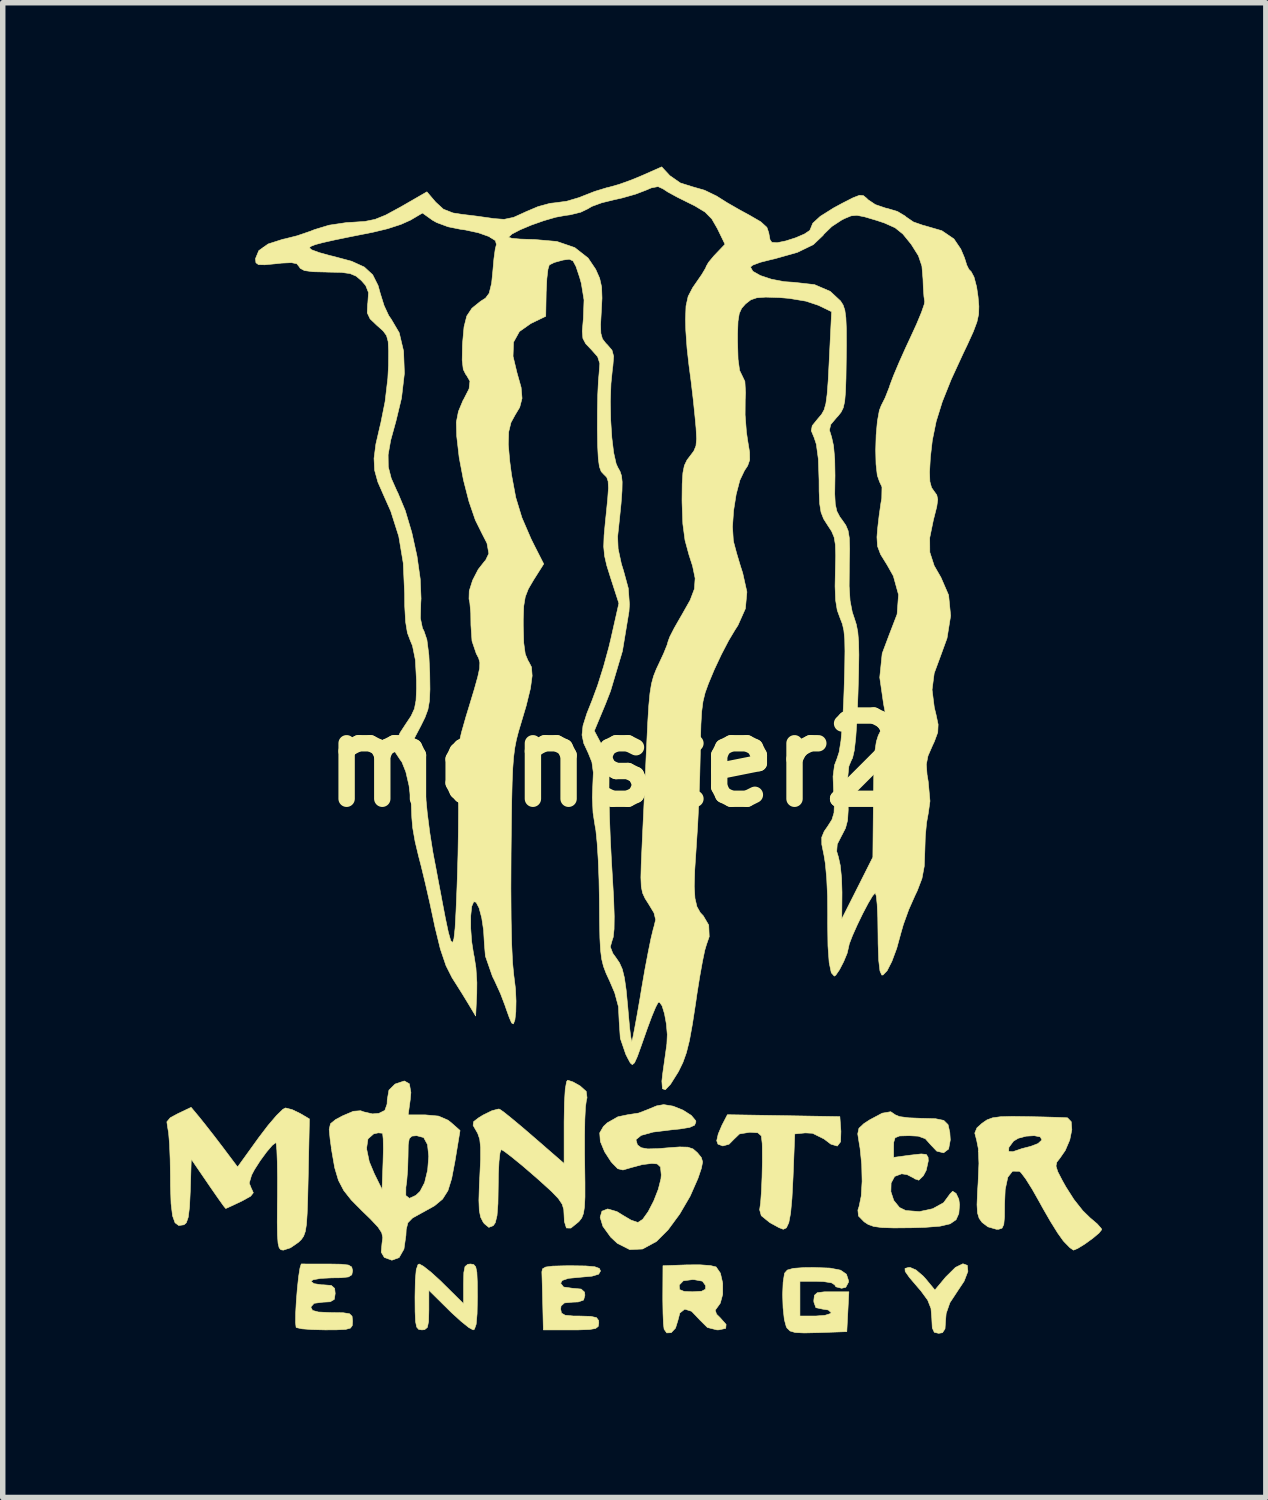
<source format=kicad_pcb>
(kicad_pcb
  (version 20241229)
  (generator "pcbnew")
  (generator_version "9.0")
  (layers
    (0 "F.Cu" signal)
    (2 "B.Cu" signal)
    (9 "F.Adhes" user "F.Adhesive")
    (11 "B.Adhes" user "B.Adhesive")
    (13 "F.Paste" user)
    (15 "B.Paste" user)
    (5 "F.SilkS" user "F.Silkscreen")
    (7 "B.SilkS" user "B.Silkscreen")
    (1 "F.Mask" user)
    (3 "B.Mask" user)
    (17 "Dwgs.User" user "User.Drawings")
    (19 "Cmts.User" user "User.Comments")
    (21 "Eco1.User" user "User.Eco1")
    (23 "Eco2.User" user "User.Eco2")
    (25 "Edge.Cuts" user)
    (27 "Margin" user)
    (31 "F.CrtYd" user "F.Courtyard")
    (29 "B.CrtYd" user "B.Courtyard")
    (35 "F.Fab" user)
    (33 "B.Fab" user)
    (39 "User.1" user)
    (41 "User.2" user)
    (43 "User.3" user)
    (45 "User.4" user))
  (footprint "monster2"
    (layer "F.Cu")
    (at 8.231 10.885)
    (property "Reference" "monster2" (at 0 0 0) (layer "F.SilkS") (effects (font (size 1.524 1.524) (thickness 0.3))))
    (attr through_hole)
    (fp_poly (pts (xy 6.429 9.232) (xy 6.44 9.343) (xy 6.371 9.522) (xy 6.26 9.689) (xy 6.11 9.917) (xy 6.042 10.113) (xy 6.032 10.233) (xy 6.021 10.395) (xy 5.975 10.465) (xy 5.905 10.477) (xy 5.825 10.458) (xy 5.788 10.378) (xy 5.779 10.205) (xy 5.779 10.201) (xy 5.764 10.02) (xy 5.704 9.869) (xy 5.578 9.697) (xy 5.524 9.635) (xy 5.368 9.452) (xy 5.292 9.343) (xy 5.288 9.289) (xy 5.351 9.271) (xy 5.382 9.27) (xy 5.489 9.316) (xy 5.623 9.431) (xy 5.665 9.477) (xy 5.836 9.684) (xy 6.034 9.446) (xy 6.213 9.269) (xy 6.349 9.203) (xy 6.429 9.232)) (stroke (width 0.01) (type solid)) (fill yes) (layer "F.SilkS"))
    (fp_poly (pts (xy -2.608 9.217) (xy -2.571 9.26) (xy -2.55 9.36) (xy -2.542 9.542) (xy -2.54 9.811) (xy -2.546 10.118) (xy -2.563 10.311) (xy -2.595 10.402) (xy -2.618 10.414) (xy -2.696 10.372) (xy -2.836 10.26) (xy -3.012 10.1) (xy -3.062 10.051) (xy -3.429 9.688) (xy -3.429 10.051) (xy -3.434 10.258) (xy -3.456 10.367) (xy -3.506 10.409) (xy -3.556 10.414) (xy -3.615 10.405) (xy -3.652 10.362) (xy -3.673 10.261) (xy -3.681 10.08) (xy -3.683 9.811) (xy -3.677 9.504) (xy -3.66 9.311) (xy -3.628 9.219) (xy -3.605 9.207) (xy -3.527 9.25) (xy -3.387 9.361) (xy -3.211 9.521) (xy -3.161 9.571) (xy -2.794 9.934) (xy -2.794 9.571) (xy -2.789 9.364) (xy -2.767 9.254) (xy -2.717 9.213) (xy -2.667 9.207) (xy -2.608 9.217)) (stroke (width 0.01) (type solid)) (fill yes) (layer "F.SilkS"))
    (fp_poly (pts (xy 3.066 6.491) (xy 4.096 6.509) (xy 4.115 6.779) (xy 4.109 6.97) (xy 4.049 7.048) (xy 3.931 7.013) (xy 3.806 6.918) (xy 3.596 6.814) (xy 3.463 6.807) (xy 3.27 6.826) (xy 3.239 7.62) (xy 3.219 8.004) (xy 3.194 8.276) (xy 3.161 8.451) (xy 3.117 8.545) (xy 3.06 8.572) (xy 2.982 8.542) (xy 2.844 8.467) (xy 2.806 8.444) (xy 2.657 8.323) (xy 2.626 8.211) (xy 2.628 8.206) (xy 2.645 8.086) (xy 2.66 7.877) (xy 2.671 7.614) (xy 2.677 7.334) (xy 2.676 7.075) (xy 2.674 7.001) (xy 2.658 6.862) (xy 2.594 6.805) (xy 2.447 6.795) (xy 2.258 6.826) (xy 2.159 6.921) (xy 2.067 7.014) (xy 1.953 7.046) (xy 1.864 7.013) (xy 1.841 6.95) (xy 1.869 6.827) (xy 1.937 6.667) (xy 1.939 6.663) (xy 2.037 6.474) (xy 3.066 6.491)) (stroke (width 0.01) (type solid)) (fill yes) (layer "F.SilkS"))
    (fp_poly (pts (xy -0.556 9.243) (xy -0.39 9.258) (xy -0.308 9.288) (xy -0.286 9.335) (xy -0.321 9.394) (xy -0.441 9.43) (xy -0.651 9.449) (xy -0.873 9.47) (xy -0.988 9.509) (xy -1.016 9.56) (xy -0.963 9.629) (xy -0.798 9.652) (xy -0.794 9.652) (xy -0.641 9.666) (xy -0.579 9.722) (xy -0.572 9.779) (xy -0.596 9.867) (xy -0.693 9.902) (xy -0.794 9.906) (xy -0.947 9.92) (xy -1.009 9.976) (xy -1.016 10.033) (xy -1.001 10.106) (xy -0.935 10.145) (xy -0.789 10.159) (xy -0.667 10.16) (xy -0.465 10.166) (xy -0.36 10.189) (xy -0.321 10.242) (xy -0.318 10.287) (xy -0.328 10.35) (xy -0.377 10.388) (xy -0.49 10.407) (xy -0.692 10.414) (xy -0.826 10.414) (xy -1.333 10.414) (xy -1.344 9.938) (xy -1.35 9.69) (xy -1.356 9.483) (xy -1.36 9.357) (xy -1.36 9.35) (xy -1.348 9.296) (xy -1.291 9.263) (xy -1.164 9.246) (xy -0.943 9.24) (xy -0.826 9.239) (xy -0.556 9.243)) (stroke (width 0.01) (type solid)) (fill yes) (layer "F.SilkS"))
    (fp_poly (pts (xy 3.915 9.282) (xy 4.109 9.32) (xy 4.216 9.394) (xy 4.254 9.51) (xy 4.255 9.538) (xy 4.204 9.634) (xy 4.128 9.652) (xy 4.024 9.625) (xy 4 9.588) (xy 3.943 9.552) (xy 3.797 9.529) (xy 3.683 9.525) (xy 3.365 9.525) (xy 3.365 10.16) (xy 3.651 10.16) (xy 3.822 10.147) (xy 3.924 10.115) (xy 3.937 10.097) (xy 3.883 10.049) (xy 3.778 10.033) (xy 3.657 10.007) (xy 3.62 9.904) (xy 3.619 9.874) (xy 3.63 9.78) (xy 3.682 9.733) (xy 3.808 9.717) (xy 3.94 9.716) (xy 4.261 9.716) (xy 4.242 10.081) (xy 4.223 10.446) (xy 3.702 10.464) (xy 3.441 10.47) (xy 3.278 10.462) (xy 3.184 10.434) (xy 3.13 10.382) (xy 3.115 10.357) (xy 3.079 10.223) (xy 3.056 10.01) (xy 3.048 9.767) (xy 3.057 9.542) (xy 3.082 9.383) (xy 3.087 9.371) (xy 3.134 9.318) (xy 3.243 9.287) (xy 3.437 9.273) (xy 3.614 9.271) (xy 3.915 9.282)) (stroke (width 0.01) (type solid)) (fill yes) (layer "F.SilkS"))
    (fp_poly (pts (xy 1.726 9.236) (xy 1.83 9.261) (xy 1.83 9.261) (xy 1.909 9.376) (xy 1.951 9.56) (xy 1.951 9.761) (xy 1.907 9.924) (xy 1.881 9.961) (xy 1.814 10.053) (xy 1.838 10.126) (xy 1.904 10.191) (xy 2.013 10.314) (xy 2.006 10.386) (xy 1.883 10.413) (xy 1.846 10.414) (xy 1.671 10.37) (xy 1.524 10.224) (xy 1.524 10.223) (xy 1.381 10.073) (xy 1.256 10.034) (xy 1.166 10.105) (xy 1.131 10.239) (xy 1.087 10.381) (xy 1.008 10.465) (xy 0.926 10.469) (xy 0.878 10.401) (xy 0.866 10.303) (xy 0.858 10.113) (xy 0.854 9.866) (xy 0.854 9.779) (xy 0.855 9.604) (xy 1.155 9.604) (xy 1.163 9.676) (xy 1.244 9.709) (xy 1.397 9.716) (xy 1.565 9.706) (xy 1.635 9.669) (xy 1.639 9.604) (xy 1.58 9.522) (xy 1.429 9.494) (xy 1.397 9.493) (xy 1.23 9.515) (xy 1.159 9.589) (xy 1.155 9.604) (xy 0.855 9.604) (xy 0.857 9.239) (xy 1.302 9.223) (xy 1.536 9.222) (xy 1.726 9.236)) (stroke (width 0.01) (type solid)) (fill yes) (layer "F.SilkS"))
    (fp_poly (pts (xy -5.679 9.207) (xy -5.506 9.207) (xy -5.279 9.207) (xy -5.271 9.207) (xy -5.037 9.211) (xy -4.903 9.226) (xy -4.842 9.262) (xy -4.826 9.324) (xy -4.826 9.335) (xy -4.84 9.405) (xy -4.901 9.444) (xy -5.038 9.459) (xy -5.207 9.461) (xy -5.41 9.471) (xy -5.548 9.496) (xy -5.588 9.525) (xy -5.532 9.567) (xy -5.395 9.588) (xy -5.366 9.588) (xy -5.215 9.6) (xy -5.154 9.654) (xy -5.144 9.747) (xy -5.16 9.855) (xy -5.235 9.899) (xy -5.366 9.906) (xy -5.53 9.927) (xy -5.588 9.993) (xy -5.588 10.001) (xy -5.559 10.057) (xy -5.455 10.086) (xy -5.253 10.096) (xy -5.207 10.097) (xy -4.996 10.1) (xy -4.882 10.118) (xy -4.835 10.164) (xy -4.826 10.25) (xy -4.826 10.255) (xy -4.831 10.334) (xy -4.865 10.381) (xy -4.953 10.405) (xy -5.122 10.413) (xy -5.33 10.414) (xy -5.569 10.408) (xy -5.754 10.394) (xy -5.852 10.372) (xy -5.86 10.366) (xy -5.87 10.279) (xy -5.868 10.109) (xy -5.856 9.89) (xy -5.837 9.656) (xy -5.814 9.441) (xy -5.789 9.281) (xy -5.766 9.208) (xy -5.763 9.206) (xy -5.679 9.207)) (stroke (width 0.01) (type solid)) (fill yes) (layer "F.SilkS"))
    (fp_poly (pts (xy -0.79 5.874) (xy -0.66 5.947) (xy -0.548 6.047) (xy -0.533 6.164) (xy -0.546 6.217) (xy -0.562 6.337) (xy -0.573 6.557) (xy -0.578 6.85) (xy -0.578 7.189) (xy -0.576 7.344) (xy -0.571 7.715) (xy -0.571 7.981) (xy -0.58 8.163) (xy -0.599 8.283) (xy -0.63 8.363) (xy -0.676 8.423) (xy -0.693 8.44) (xy -0.829 8.55) (xy -0.911 8.548) (xy -0.948 8.429) (xy -0.953 8.323) (xy -0.959 8.21) (xy -0.988 8.113) (xy -1.058 8.009) (xy -1.184 7.878) (xy -1.384 7.696) (xy -1.501 7.593) (xy -1.723 7.402) (xy -1.912 7.248) (xy -2.047 7.145) (xy -2.104 7.112) (xy -2.127 7.171) (xy -2.145 7.331) (xy -2.156 7.565) (xy -2.159 7.771) (xy -2.164 8.1) (xy -2.181 8.32) (xy -2.213 8.452) (xy -2.249 8.504) (xy -2.331 8.537) (xy -2.414 8.469) (xy -2.437 8.437) (xy -2.481 8.35) (xy -2.506 8.226) (xy -2.513 8.04) (xy -2.505 7.766) (xy -2.497 7.612) (xy -2.482 7.292) (xy -2.482 7.071) (xy -2.498 6.922) (xy -2.534 6.817) (xy -2.56 6.771) (xy -2.619 6.669) (xy -2.609 6.6) (xy -2.513 6.527) (xy -2.434 6.479) (xy -2.275 6.401) (xy -2.156 6.37) (xy -2.134 6.373) (xy -2.06 6.424) (xy -1.913 6.542) (xy -1.715 6.707) (xy -1.508 6.885) (xy -0.953 7.367) (xy -0.953 6.605) (xy -0.947 6.254) (xy -0.932 6.005) (xy -0.907 5.867) (xy -0.887 5.842) (xy -0.79 5.874)) (stroke (width 0.01) (type solid)) (fill yes) (layer "F.SilkS"))
    (fp_poly (pts (xy 1.042 6.317) (xy 1.224 6.39) (xy 1.376 6.487) (xy 1.457 6.584) (xy 1.46 6.607) (xy 1.436 6.666) (xy 1.347 6.706) (xy 1.168 6.735) (xy 1.019 6.75) (xy 0.676 6.792) (xy 0.457 6.853) (xy 0.362 6.931) (xy 0.39 7.027) (xy 0.459 7.078) (xy 0.577 7.1) (xy 0.773 7.095) (xy 0.92 7.082) (xy 1.161 7.064) (xy 1.311 7.068) (xy 1.407 7.1) (xy 1.484 7.166) (xy 1.492 7.175) (xy 1.56 7.259) (xy 1.583 7.338) (xy 1.561 7.454) (xy 1.498 7.64) (xy 1.355 7.965) (xy 1.164 8.292) (xy 0.952 8.58) (xy 0.745 8.788) (xy 0.732 8.798) (xy 0.483 8.933) (xy 0.249 8.944) (xy 0.022 8.829) (xy -0.1 8.715) (xy -0.243 8.517) (xy -0.293 8.352) (xy -0.26 8.24) (xy -0.155 8.199) (xy 0.014 8.248) (xy 0.121 8.314) (xy 0.271 8.403) (xy 0.392 8.445) (xy 0.401 8.445) (xy 0.486 8.39) (xy 0.587 8.248) (xy 0.688 8.053) (xy 0.771 7.841) (xy 0.82 7.648) (xy 0.826 7.576) (xy 0.812 7.431) (xy 0.752 7.375) (xy 0.655 7.366) (xy 0.475 7.388) (xy 0.275 7.442) (xy 0.272 7.443) (xy 0.125 7.486) (xy 0.03 7.463) (xy -0.073 7.358) (xy -0.095 7.332) (xy -0.211 7.153) (xy -0.287 6.97) (xy -0.29 6.957) (xy -0.301 6.807) (xy -0.233 6.689) (xy -0.163 6.623) (xy 0.032 6.512) (xy 0.21 6.475) (xy 0.411 6.444) (xy 0.572 6.382) (xy 0.741 6.312) (xy 0.871 6.289) (xy 1.042 6.317)) (stroke (width 0.01) (type solid)) (fill yes) (layer "F.SilkS"))
    (fp_poly (pts (xy 5.112 6.477) (xy 5.191 6.509) (xy 5.36 6.531) (xy 5.585 6.54) (xy 5.594 6.54) (xy 5.846 6.547) (xy 5.998 6.578) (xy 6.077 6.656) (xy 6.109 6.799) (xy 6.118 6.936) (xy 6.087 7.102) (xy 5.995 7.172) (xy 5.87 7.141) (xy 5.755 7.02) (xy 5.661 6.914) (xy 5.532 6.867) (xy 5.364 6.858) (xy 5.189 6.863) (xy 5.107 6.896) (xy 5.082 6.979) (xy 5.08 7.057) (xy 5.08 7.255) (xy 5.397 7.213) (xy 5.585 7.192) (xy 5.679 7.202) (xy 5.711 7.253) (xy 5.715 7.32) (xy 5.677 7.492) (xy 5.624 7.592) (xy 5.541 7.673) (xy 5.466 7.648) (xy 5.453 7.636) (xy 5.327 7.571) (xy 5.227 7.556) (xy 5.099 7.604) (xy 5.034 7.725) (xy 5.03 7.883) (xy 5.083 8.044) (xy 5.188 8.173) (xy 5.301 8.228) (xy 5.552 8.248) (xy 5.796 8.195) (xy 5.995 8.085) (xy 6.109 7.93) (xy 6.11 7.927) (xy 6.161 7.875) (xy 6.224 7.916) (xy 6.274 8.022) (xy 6.287 8.12) (xy 6.274 8.283) (xy 6.223 8.397) (xy 6.114 8.472) (xy 5.93 8.515) (xy 5.649 8.537) (xy 5.405 8.544) (xy 5.084 8.547) (xy 4.864 8.54) (xy 4.716 8.52) (xy 4.614 8.483) (xy 4.541 8.435) (xy 4.437 8.329) (xy 4.426 8.22) (xy 4.448 8.153) (xy 4.487 7.964) (xy 4.503 7.694) (xy 4.496 7.388) (xy 4.466 7.09) (xy 4.45 6.997) (xy 4.423 6.825) (xy 4.445 6.722) (xy 4.537 6.636) (xy 4.642 6.568) (xy 4.871 6.446) (xy 5.027 6.419) (xy 5.112 6.477)) (stroke (width 0.01) (type solid)) (fill yes) (layer "F.SilkS"))
    (fp_poly (pts (xy -7.632 6.519) (xy -7.516 6.664) (xy -7.359 6.865) (xy -7.206 7.065) (xy -6.931 7.431) (xy -6.541 6.89) (xy -6.371 6.667) (xy -6.218 6.488) (xy -6.103 6.376) (xy -6.054 6.35) (xy -5.932 6.381) (xy -5.786 6.451) (xy -5.616 6.551) (xy -5.638 7.61) (xy -5.647 7.999) (xy -5.657 8.282) (xy -5.67 8.48) (xy -5.691 8.611) (xy -5.722 8.698) (xy -5.765 8.76) (xy -5.818 8.811) (xy -5.962 8.91) (xy -6.091 8.953) (xy -6.094 8.954) (xy -6.139 8.946) (xy -6.17 8.91) (xy -6.19 8.828) (xy -6.201 8.68) (xy -6.205 8.45) (xy -6.203 8.117) (xy -6.201 7.969) (xy -6.2 7.632) (xy -6.204 7.344) (xy -6.212 7.128) (xy -6.223 7.005) (xy -6.231 6.985) (xy -6.296 7.034) (xy -6.4 7.156) (xy -6.518 7.317) (xy -6.623 7.481) (xy -6.675 7.58) (xy -6.718 7.726) (xy -6.676 7.832) (xy -6.672 7.837) (xy -6.643 7.903) (xy -6.692 7.966) (xy -6.839 8.048) (xy -6.865 8.061) (xy -7.026 8.137) (xy -7.13 8.184) (xy -7.149 8.191) (xy -7.188 8.143) (xy -7.281 8.013) (xy -7.411 7.826) (xy -7.47 7.74) (xy -7.779 7.288) (xy -7.797 7.87) (xy -7.811 8.162) (xy -7.834 8.349) (xy -7.869 8.451) (xy -7.912 8.489) (xy -8.008 8.503) (xy -8.076 8.453) (xy -8.122 8.324) (xy -8.149 8.102) (xy -8.16 7.773) (xy -8.161 7.601) (xy -8.166 7.289) (xy -8.177 7.014) (xy -8.194 6.806) (xy -8.213 6.697) (xy -8.226 6.604) (xy -8.163 6.529) (xy -8.022 6.453) (xy -7.782 6.339) (xy -7.632 6.519)) (stroke (width 0.01) (type solid)) (fill yes) (layer "F.SilkS"))
    (fp_poly (pts (xy 7.546 6.509) (xy 7.827 6.515) (xy 8.06 6.522) (xy 8.215 6.528) (xy 8.264 6.531) (xy 8.332 6.602) (xy 8.343 6.749) (xy 8.305 6.936) (xy 8.223 7.128) (xy 8.124 7.271) (xy 8.068 7.342) (xy 8.053 7.414) (xy 8.085 7.517) (xy 8.171 7.683) (xy 8.235 7.797) (xy 8.381 8.026) (xy 8.543 8.231) (xy 8.675 8.36) (xy 8.808 8.473) (xy 8.883 8.559) (xy 8.89 8.578) (xy 8.842 8.639) (xy 8.726 8.737) (xy 8.582 8.841) (xy 8.449 8.923) (xy 8.373 8.954) (xy 8.308 8.909) (xy 8.202 8.801) (xy 8.181 8.776) (xy 8.084 8.64) (xy 7.952 8.428) (xy 7.808 8.178) (xy 7.749 8.07) (xy 7.617 7.837) (xy 7.499 7.649) (xy 7.411 7.533) (xy 7.383 7.51) (xy 7.257 7.508) (xy 7.171 7.618) (xy 7.123 7.843) (xy 7.112 8.104) (xy 7.11 8.344) (xy 7.097 8.484) (xy 7.065 8.551) (xy 7.006 8.571) (xy 6.963 8.572) (xy 6.807 8.527) (xy 6.7 8.446) (xy 6.646 8.371) (xy 6.616 8.273) (xy 6.607 8.122) (xy 6.616 7.891) (xy 6.627 7.722) (xy 6.642 7.365) (xy 6.633 7.146) (xy 7.187 7.146) (xy 7.265 7.151) (xy 7.287 7.143) (xy 7.431 7.094) (xy 7.584 7.055) (xy 7.724 7.002) (xy 7.795 6.936) (xy 7.765 6.88) (xy 7.655 6.858) (xy 7.507 6.867) (xy 7.363 6.905) (xy 7.275 6.958) (xy 7.19 7.073) (xy 7.187 7.146) (xy 6.633 7.146) (xy 6.631 7.095) (xy 6.601 6.944) (xy 6.566 6.81) (xy 6.606 6.714) (xy 6.7 6.63) (xy 6.789 6.569) (xy 6.891 6.531) (xy 7.036 6.511) (xy 7.252 6.505) (xy 7.546 6.509)) (stroke (width 0.01) (type solid)) (fill yes) (layer "F.SilkS"))
    (fp_poly (pts (xy -3.786 5.908) (xy -3.758 6.067) (xy -3.77 6.2) (xy -3.808 6.477) (xy -3.495 6.477) (xy -3.252 6.499) (xy -3.079 6.574) (xy -3.02 6.62) (xy -2.858 6.763) (xy -2.952 7.332) (xy -3.012 7.645) (xy -3.08 7.864) (xy -3.178 8.019) (xy -3.326 8.142) (xy -3.543 8.263) (xy -3.557 8.27) (xy -3.728 8.365) (xy -3.813 8.452) (xy -3.844 8.575) (xy -3.849 8.682) (xy -3.885 8.934) (xy -3.974 9.09) (xy -4.106 9.138) (xy -4.245 9.087) (xy -4.301 8.991) (xy -4.287 8.83) (xy -4.273 8.726) (xy -4.292 8.635) (xy -4.361 8.53) (xy -4.496 8.386) (xy -4.652 8.235) (xy -4.849 8.036) (xy -4.914 7.954) (xy -3.851 7.954) (xy -3.785 8.005) (xy -3.668 7.951) (xy -3.59 7.877) (xy -3.507 7.718) (xy -3.451 7.486) (xy -3.431 7.234) (xy -3.454 7.021) (xy -3.524 6.892) (xy -3.652 6.858) (xy -3.74 6.866) (xy -3.788 6.912) (xy -3.807 7.024) (xy -3.81 7.231) (xy -3.817 7.475) (xy -3.835 7.699) (xy -3.85 7.803) (xy -3.851 7.954) (xy -4.914 7.954) (xy -4.988 7.86) (xy -5.085 7.674) (xy -5.153 7.446) (xy -5.206 7.143) (xy -5.213 7.093) (xy -4.57 7.093) (xy -4.52 7.334) (xy -4.429 7.552) (xy -4.286 7.842) (xy -4.268 7.342) (xy -4.262 7.104) (xy -4.265 6.919) (xy -4.275 6.82) (xy -4.279 6.813) (xy -4.355 6.806) (xy -4.44 6.825) (xy -4.544 6.917) (xy -4.57 7.093) (xy -5.213 7.093) (xy -5.237 6.919) (xy -5.254 6.742) (xy -5.23 6.639) (xy -5.137 6.563) (xy -5.007 6.494) (xy -4.812 6.411) (xy -4.679 6.401) (xy -4.618 6.423) (xy -4.461 6.459) (xy -4.344 6.449) (xy -4.235 6.395) (xy -4.194 6.279) (xy -4.191 6.201) (xy -4.16 6.024) (xy -4.051 5.916) (xy -4.038 5.909) (xy -3.878 5.856) (xy -3.786 5.908)) (stroke (width 0.01) (type solid)) (fill yes) (layer "F.SilkS"))
    (fp_poly (pts (xy 0.983 -10.719) (xy 1.176 -10.585) (xy 1.389 -10.518) (xy 1.619 -10.452) (xy 1.84 -10.345) (xy 1.86 -10.332) (xy 2.035 -10.222) (xy 2.265 -10.09) (xy 2.433 -9.999) (xy 2.647 -9.875) (xy 2.76 -9.772) (xy 2.794 -9.673) (xy 2.794 -9.672) (xy 2.817 -9.546) (xy 2.85 -9.498) (xy 2.947 -9.491) (xy 3.107 -9.524) (xy 3.288 -9.582) (xy 3.448 -9.651) (xy 3.545 -9.716) (xy 3.556 -9.74) (xy 3.6 -9.848) (xy 3.737 -9.974) (xy 3.98 -10.127) (xy 4.139 -10.213) (xy 4.335 -10.313) (xy 4.453 -10.359) (xy 4.526 -10.354) (xy 4.588 -10.304) (xy 4.61 -10.28) (xy 4.746 -10.189) (xy 4.934 -10.125) (xy 4.961 -10.12) (xy 5.149 -10.064) (xy 5.295 -9.977) (xy 5.308 -9.963) (xy 5.443 -9.871) (xy 5.627 -9.807) (xy 5.644 -9.804) (xy 5.963 -9.711) (xy 6.184 -9.561) (xy 6.31 -9.375) (xy 6.377 -9.217) (xy 6.412 -9.107) (xy 6.413 -9.095) (xy 6.457 -9.005) (xy 6.5 -8.961) (xy 6.552 -8.863) (xy 6.6 -8.681) (xy 6.626 -8.502) (xy 6.641 -8.327) (xy 6.637 -8.184) (xy 6.606 -8.041) (xy 6.54 -7.865) (xy 6.43 -7.623) (xy 6.357 -7.471) (xy 6.134 -6.987) (xy 5.971 -6.579) (xy 5.859 -6.219) (xy 5.789 -5.875) (xy 5.753 -5.561) (xy 5.738 -5.293) (xy 5.744 -5.119) (xy 5.774 -5.008) (xy 5.818 -4.945) (xy 5.87 -4.873) (xy 5.888 -4.79) (xy 5.87 -4.659) (xy 5.816 -4.445) (xy 5.809 -4.419) (xy 5.741 -4.088) (xy 5.743 -3.823) (xy 5.823 -3.577) (xy 5.947 -3.362) (xy 6.087 -3.039) (xy 6.124 -2.661) (xy 6.058 -2.25) (xy 5.947 -1.945) (xy 5.823 -1.609) (xy 5.784 -1.307) (xy 5.825 -0.981) (xy 5.855 -0.859) (xy 5.895 -0.671) (xy 5.888 -0.526) (xy 5.826 -0.358) (xy 5.79 -0.281) (xy 5.709 -0.095) (xy 5.679 0.06) (xy 5.692 0.245) (xy 5.713 0.371) (xy 5.746 0.732) (xy 5.715 0.953) (xy 5.683 1.13) (xy 5.66 1.379) (xy 5.652 1.637) (xy 5.641 1.925) (xy 5.599 2.149) (xy 5.514 2.372) (xy 5.471 2.462) (xy 5.357 2.719) (xy 5.259 2.99) (xy 5.215 3.143) (xy 5.137 3.428) (xy 5.048 3.667) (xy 4.961 3.838) (xy 4.886 3.916) (xy 4.863 3.917) (xy 4.83 3.842) (xy 4.807 3.649) (xy 4.796 3.344) (xy 4.794 3.153) (xy 4.79 2.864) (xy 4.779 2.627) (xy 4.763 2.469) (xy 4.744 2.413) (xy 4.696 2.466) (xy 4.614 2.603) (xy 4.514 2.793) (xy 4.413 3.002) (xy 4.326 3.197) (xy 4.268 3.348) (xy 4.255 3.409) (xy 4.229 3.519) (xy 4.166 3.671) (xy 4.089 3.82) (xy 4.021 3.919) (xy 3.994 3.937) (xy 3.939 3.875) (xy 3.9 3.689) (xy 3.878 3.384) (xy 3.872 2.963) (xy 3.873 2.807) (xy 3.87 2.473) (xy 3.855 2.148) (xy 3.83 1.875) (xy 3.806 1.727) (xy 3.765 1.525) (xy 3.764 1.395) (xy 3.809 1.286) (xy 3.873 1.194) (xy 3.951 1.071) (xy 3.989 0.946) (xy 3.995 0.774) (xy 3.982 0.572) (xy 3.971 0.28) (xy 3.998 0.074) (xy 4.041 -0.038) (xy 4.082 -0.163) (xy 4.116 -0.372) (xy 4.143 -0.676) (xy 4.165 -1.088) (xy 4.173 -1.303) (xy 4.185 -1.712) (xy 4.189 -2.015) (xy 4.185 -2.235) (xy 4.169 -2.393) (xy 4.142 -2.512) (xy 4.103 -2.612) (xy 4.102 -2.614) (xy 4.048 -2.762) (xy 4.018 -2.947) (xy 4.008 -3.201) (xy 4.013 -3.469) (xy 4.02 -3.762) (xy 4.014 -3.961) (xy 3.991 -4.099) (xy 3.945 -4.208) (xy 3.873 -4.318) (xy 3.798 -4.436) (xy 3.751 -4.557) (xy 3.726 -4.714) (xy 3.716 -4.941) (xy 3.715 -5.144) (xy 3.702 -5.529) (xy 3.665 -5.802) (xy 3.625 -5.923) (xy 3.573 -6.048) (xy 3.59 -6.141) (xy 3.687 -6.261) (xy 3.696 -6.272) (xy 3.761 -6.348) (xy 3.808 -6.432) (xy 3.84 -6.547) (xy 3.863 -6.717) (xy 3.882 -6.965) (xy 3.9 -7.314) (xy 3.901 -7.337) (xy 3.945 -8.228) (xy 3.703 -8.345) (xy 3.475 -8.421) (xy 3.169 -8.472) (xy 2.989 -8.487) (xy 2.737 -8.495) (xy 2.575 -8.483) (xy 2.466 -8.446) (xy 2.374 -8.375) (xy 2.37 -8.372) (xy 2.298 -8.291) (xy 2.254 -8.195) (xy 2.231 -8.051) (xy 2.223 -7.827) (xy 2.223 -7.68) (xy 2.232 -7.358) (xy 2.26 -7.153) (xy 2.306 -7.058) (xy 2.357 -6.952) (xy 2.369 -6.743) (xy 2.363 -6.622) (xy 2.361 -6.339) (xy 2.385 -6.027) (xy 2.407 -5.874) (xy 2.443 -5.655) (xy 2.445 -5.514) (xy 2.408 -5.408) (xy 2.349 -5.319) (xy 2.265 -5.143) (xy 2.197 -4.884) (xy 2.15 -4.586) (xy 2.13 -4.291) (xy 2.145 -4.044) (xy 2.154 -3.999) (xy 2.205 -3.808) (xy 2.277 -3.567) (xy 2.317 -3.443) (xy 2.394 -3.097) (xy 2.366 -2.791) (xy 2.23 -2.486) (xy 2.174 -2.399) (xy 2.06 -2.208) (xy 1.925 -1.949) (xy 1.795 -1.672) (xy 1.773 -1.619) (xy 1.689 -1.418) (xy 1.629 -1.252) (xy 1.59 -1.092) (xy 1.566 -0.908) (xy 1.552 -0.671) (xy 1.544 -0.351) (xy 1.541 -0.159) (xy 1.531 0.266) (xy 1.514 0.731) (xy 1.492 1.182) (xy 1.467 1.564) (xy 1.466 1.584) (xy 1.439 1.992) (xy 1.43 2.294) (xy 1.443 2.511) (xy 1.479 2.665) (xy 1.54 2.774) (xy 1.595 2.832) (xy 1.695 3.002) (xy 1.704 3.214) (xy 1.653 3.361) (xy 1.623 3.462) (xy 1.581 3.664) (xy 1.531 3.941) (xy 1.479 4.267) (xy 1.457 4.421) (xy 1.396 4.817) (xy 1.342 5.115) (xy 1.286 5.339) (xy 1.222 5.518) (xy 1.144 5.678) (xy 1.132 5.699) (xy 0.995 5.917) (xy 0.9 6.017) (xy 0.847 5.998) (xy 0.837 5.86) (xy 0.851 5.731) (xy 0.886 5.482) (xy 0.921 5.233) (xy 0.929 5.175) (xy 0.936 5.004) (xy 0.919 4.809) (xy 0.885 4.624) (xy 0.841 4.481) (xy 0.794 4.413) (xy 0.768 4.421) (xy 0.723 4.506) (xy 0.653 4.674) (xy 0.573 4.889) (xy 0.463 5.202) (xy 0.388 5.41) (xy 0.336 5.524) (xy 0.296 5.558) (xy 0.259 5.526) (xy 0.212 5.439) (xy 0.176 5.367) (xy 0.076 5.075) (xy 0.055 4.764) (xy 0.042 4.496) (xy -0.026 4.243) (xy -0.117 4.03) (xy -0.184 3.885) (xy -0.232 3.758) (xy -0.265 3.624) (xy -0.286 3.459) (xy -0.298 3.238) (xy -0.304 2.938) (xy -0.307 2.555) (xy -0.314 2.171) (xy -0.328 1.81) (xy -0.348 1.5) (xy -0.371 1.269) (xy -0.388 1.173) (xy -0.423 0.946) (xy -0.436 0.666) (xy -0.429 0.474) (xy -0.418 0.209) (xy -0.444 0.018) (xy -0.511 -0.149) (xy -0.515 -0.157) (xy -0.593 -0.325) (xy -0.625 -0.477) (xy -0.607 -0.648) (xy -0.537 -0.87) (xy -0.441 -1.111) (xy -0.339 -1.387) (xy -0.231 -1.73) (xy -0.134 -2.084) (xy -0.098 -2.234) (xy 0.05 -2.889) (xy -0.103 -3.362) (xy -0.172 -3.582) (xy -0.212 -3.757) (xy -0.228 -3.926) (xy -0.221 -4.13) (xy -0.195 -4.408) (xy -0.185 -4.501) (xy -0.155 -4.8) (xy -0.141 -4.999) (xy -0.147 -5.123) (xy -0.172 -5.196) (xy -0.218 -5.243) (xy -0.225 -5.249) (xy -0.274 -5.302) (xy -0.307 -5.392) (xy -0.327 -5.542) (xy -0.339 -5.775) (xy -0.344 -6.078) (xy -0.343 -6.404) (xy -0.337 -6.71) (xy -0.325 -6.959) (xy -0.313 -7.094) (xy -0.299 -7.279) (xy -0.339 -7.404) (xy -0.454 -7.534) (xy -0.458 -7.538) (xy -0.558 -7.643) (xy -0.609 -7.74) (xy -0.62 -7.872) (xy -0.602 -8.083) (xy -0.6 -8.108) (xy -0.588 -8.443) (xy -0.638 -8.749) (xy -0.669 -8.858) (xy -0.735 -9.056) (xy -0.789 -9.157) (xy -0.857 -9.189) (xy -0.963 -9.175) (xy -0.978 -9.172) (xy -1.131 -9.13) (xy -1.223 -9.085) (xy -1.224 -9.085) (xy -1.249 -9.003) (xy -1.269 -8.831) (xy -1.28 -8.605) (xy -1.281 -8.592) (xy -1.289 -8.144) (xy -1.562 -8.012) (xy -1.771 -7.865) (xy -1.879 -7.67) (xy -1.888 -7.412) (xy -1.817 -7.115) (xy -1.74 -6.842) (xy -1.723 -6.642) (xy -1.766 -6.477) (xy -1.848 -6.341) (xy -1.926 -6.198) (xy -1.968 -6.026) (xy -1.975 -5.798) (xy -1.948 -5.489) (xy -1.915 -5.239) (xy -1.838 -4.826) (xy -1.726 -4.458) (xy -1.559 -4.071) (xy -1.496 -3.944) (xy -1.326 -3.61) (xy -1.514 -3.313) (xy -1.608 -3.152) (xy -1.664 -3.008) (xy -1.692 -2.839) (xy -1.701 -2.602) (xy -1.701 -2.477) (xy -1.692 -2.165) (xy -1.664 -1.96) (xy -1.614 -1.84) (xy -1.605 -1.829) (xy -1.55 -1.722) (xy -1.538 -1.562) (xy -1.569 -1.332) (xy -1.647 -1.014) (xy -1.74 -0.701) (xy -1.788 -0.541) (xy -1.826 -0.395) (xy -1.855 -0.247) (xy -1.877 -0.078) (xy -1.893 0.13) (xy -1.904 0.393) (xy -1.912 0.731) (xy -1.918 1.161) (xy -1.924 1.68) (xy -1.927 2.327) (xy -1.923 2.884) (xy -1.913 3.344) (xy -1.896 3.696) (xy -1.873 3.932) (xy -1.87 3.951) (xy -1.843 4.17) (xy -1.833 4.392) (xy -1.837 4.591) (xy -1.854 4.74) (xy -1.882 4.812) (xy -1.914 4.794) (xy -1.956 4.697) (xy -2.015 4.533) (xy -2.034 4.477) (xy -2.117 4.258) (xy -2.227 4.017) (xy -2.264 3.944) (xy -2.394 3.57) (xy -2.413 3.34) (xy -2.427 3.097) (xy -2.461 2.87) (xy -2.509 2.69) (xy -2.564 2.585) (xy -2.607 2.574) (xy -2.644 2.659) (xy -2.663 2.834) (xy -2.663 3.062) (xy -2.645 3.307) (xy -2.61 3.532) (xy -2.6 3.576) (xy -2.567 3.787) (xy -2.55 4.056) (xy -2.552 4.255) (xy -2.572 4.667) (xy -2.699 4.455) (xy -2.813 4.268) (xy -2.951 4.049) (xy -3.004 3.966) (xy -3.115 3.746) (xy -3.219 3.439) (xy -3.32 3.026) (xy -3.337 2.944) (xy -3.412 2.594) (xy -3.494 2.235) (xy -3.571 1.917) (xy -3.618 1.737) (xy -3.681 1.473) (xy -3.725 1.221) (xy -3.741 1.037) (xy -3.741 1.035) (xy -3.753 0.741) (xy -3.792 0.449) (xy -3.851 0.196) (xy -3.922 0.018) (xy -3.955 -0.027) (xy -4.045 -0.163) (xy -4.046 -0.32) (xy -3.955 -0.521) (xy -3.858 -0.67) (xy -3.754 -0.826) (xy -3.693 -0.959) (xy -3.664 -1.111) (xy -3.655 -1.326) (xy -3.656 -1.482) (xy -3.676 -1.852) (xy -3.729 -2.113) (xy -3.767 -2.203) (xy -3.822 -2.349) (xy -3.855 -2.551) (xy -3.871 -2.837) (xy -3.873 -3.063) (xy -3.898 -3.626) (xy -3.98 -4.115) (xy -4.126 -4.574) (xy -4.256 -4.866) (xy -4.363 -5.11) (xy -4.422 -5.324) (xy -4.433 -5.543) (xy -4.399 -5.805) (xy -4.32 -6.147) (xy -4.311 -6.181) (xy -4.231 -6.579) (xy -4.18 -7.011) (xy -4.168 -7.245) (xy -4.166 -7.51) (xy -4.174 -7.68) (xy -4.204 -7.791) (xy -4.264 -7.874) (xy -4.363 -7.963) (xy -4.372 -7.97) (xy -4.505 -8.097) (xy -4.557 -8.207) (xy -4.551 -8.358) (xy -4.546 -8.395) (xy -4.534 -8.578) (xy -4.585 -8.707) (xy -4.663 -8.797) (xy -4.76 -8.879) (xy -4.871 -8.926) (xy -5.032 -8.948) (xy -5.28 -8.953) (xy -5.293 -8.954) (xy -5.551 -8.96) (xy -5.707 -8.981) (xy -5.785 -9.023) (xy -5.803 -9.052) (xy -5.847 -9.106) (xy -5.944 -9.126) (xy -6.124 -9.118) (xy -6.222 -9.107) (xy -6.433 -9.087) (xy -6.548 -9.09) (xy -6.595 -9.124) (xy -6.604 -9.197) (xy -6.604 -9.198) (xy -6.543 -9.346) (xy -6.468 -9.4) (xy -5.618 -9.4) (xy -5.577 -9.362) (xy -5.439 -9.311) (xy -5.232 -9.254) (xy -5.179 -9.242) (xy -4.844 -9.152) (xy -4.611 -9.046) (xy -4.458 -8.905) (xy -4.359 -8.708) (xy -4.317 -8.557) (xy -4.249 -8.34) (xy -4.164 -8.157) (xy -4.118 -8.091) (xy -3.972 -7.843) (xy -3.892 -7.506) (xy -3.877 -7.1) (xy -3.93 -6.646) (xy -4.032 -6.223) (xy -4.128 -5.875) (xy -4.175 -5.608) (xy -4.172 -5.388) (xy -4.118 -5.178) (xy -4.013 -4.942) (xy -3.998 -4.914) (xy -3.861 -4.586) (xy -3.741 -4.183) (xy -3.646 -3.751) (xy -3.587 -3.334) (xy -3.572 -2.975) (xy -3.577 -2.895) (xy -3.584 -2.617) (xy -3.546 -2.433) (xy -3.519 -2.382) (xy -3.465 -2.223) (xy -3.429 -1.942) (xy -3.413 -1.614) (xy -3.409 -1.315) (xy -3.418 -1.105) (xy -3.446 -0.945) (xy -3.5 -0.799) (xy -3.575 -0.647) (xy -3.752 -0.31) (xy -3.625 -0.103) (xy -3.523 0.16) (xy -3.499 0.385) (xy -3.489 0.628) (xy -3.458 0.952) (xy -3.412 1.312) (xy -3.356 1.666) (xy -3.335 1.778) (xy -3.302 1.949) (xy -3.256 2.195) (xy -3.204 2.468) (xy -3.197 2.508) (xy -3.127 2.874) (xy -3.072 3.135) (xy -3.029 3.286) (xy -2.995 3.325) (xy -2.97 3.25) (xy -2.949 3.058) (xy -2.932 2.745) (xy -2.914 2.308) (xy -2.909 2.159) (xy -2.896 1.718) (xy -2.889 1.285) (xy -2.886 0.889) (xy -2.889 0.558) (xy -2.897 0.322) (xy -2.899 0.293) (xy -2.911 0.072) (xy -2.908 -0.115) (xy -2.883 -0.302) (xy -2.832 -0.524) (xy -2.749 -0.816) (xy -2.694 -0.995) (xy -2.596 -1.319) (xy -2.533 -1.546) (xy -2.5 -1.699) (xy -2.496 -1.804) (xy -2.517 -1.884) (xy -2.558 -1.963) (xy -2.56 -1.965) (xy -2.639 -2.198) (xy -2.659 -2.49) (xy -2.662 -2.712) (xy -2.679 -2.899) (xy -2.694 -2.969) (xy -2.69 -3.115) (xy -2.628 -3.311) (xy -2.526 -3.509) (xy -2.407 -3.661) (xy -2.392 -3.674) (xy -2.331 -3.801) (xy -2.365 -3.989) (xy -2.454 -4.163) (xy -2.578 -4.413) (xy -2.695 -4.754) (xy -2.796 -5.148) (xy -2.874 -5.559) (xy -2.919 -5.949) (xy -2.926 -6.205) (xy -2.888 -6.401) (xy -2.804 -6.603) (xy -2.794 -6.618) (xy -2.693 -6.816) (xy -2.677 -6.956) (xy -2.743 -7.07) (xy -2.753 -7.08) (xy -2.799 -7.172) (xy -2.819 -7.341) (xy -2.814 -7.61) (xy -2.811 -7.663) (xy -2.785 -7.951) (xy -2.735 -8.149) (xy -2.64 -8.292) (xy -2.482 -8.419) (xy -2.391 -8.477) (xy -2.325 -8.566) (xy -2.28 -8.749) (xy -2.258 -8.97) (xy -2.238 -9.197) (xy -2.214 -9.373) (xy -2.192 -9.46) (xy -2.211 -9.53) (xy -2.308 -9.591) (xy -1.968 -9.591) (xy -1.91 -9.572) (xy -1.757 -9.558) (xy -1.539 -9.551) (xy -1.508 -9.551) (xy -1.085 -9.514) (xy -0.758 -9.402) (xy -0.514 -9.211) (xy -0.374 -9.003) (xy -0.302 -8.84) (xy -0.266 -8.68) (xy -0.259 -8.477) (xy -0.271 -8.247) (xy -0.285 -7.994) (xy -0.28 -7.833) (xy -0.251 -7.73) (xy -0.19 -7.651) (xy -0.162 -7.623) (xy -0.076 -7.523) (xy -0.046 -7.411) (xy -0.06 -7.235) (xy -0.067 -7.189) (xy -0.095 -6.912) (xy -0.106 -6.587) (xy -0.1 -6.247) (xy -0.079 -5.922) (xy -0.045 -5.644) (xy 0.000125 -5.444) (xy 0.03 -5.378) (xy 0.071 -5.305) (xy 0.098 -5.224) (xy 0.11 -5.112) (xy 0.107 -4.95) (xy 0.09 -4.717) (xy 0.057 -4.392) (xy 0.027 -4.111) (xy 0.036 -3.888) (xy 0.096 -3.609) (xy 0.135 -3.485) (xy 0.222 -3.165) (xy 0.243 -2.871) (xy 0.235 -2.74) (xy 0.115 -2.014) (xy -0.103 -1.282) (xy -0.195 -1.046) (xy -0.4 -0.554) (xy -0.261 -0.293) (xy -0.186 -0.124) (xy -0.145 0.058) (xy -0.13 0.295) (xy -0.131 0.476) (xy -0.13 0.718) (xy -0.121 1.051) (xy -0.106 1.44) (xy -0.085 1.848) (xy -0.072 2.064) (xy -0.046 2.509) (xy -0.035 2.842) (xy -0.038 3.076) (xy -0.054 3.224) (xy -0.073 3.281) (xy -0.107 3.401) (xy -0.061 3.52) (xy -0.01 3.59) (xy 0.06 3.692) (xy 0.112 3.808) (xy 0.151 3.966) (xy 0.183 4.189) (xy 0.213 4.503) (xy 0.226 4.656) (xy 0.247 4.885) (xy 0.268 5.053) (xy 0.284 5.13) (xy 0.287 5.131) (xy 0.305 5.065) (xy 0.338 4.895) (xy 0.384 4.644) (xy 0.438 4.334) (xy 0.467 4.158) (xy 0.527 3.811) (xy 0.587 3.496) (xy 0.639 3.241) (xy 0.68 3.072) (xy 0.692 3.032) (xy 0.723 2.903) (xy 0.693 2.779) (xy 0.597 2.62) (xy 0.529 2.513) (xy 0.484 2.415) (xy 0.46 2.297) (xy 0.453 2.131) (xy 0.459 1.889) (xy 0.471 1.619) (xy 0.486 1.287) (xy 0.506 0.87) (xy 0.527 0.411) (xy 0.547 -0.048) (xy 0.558 -0.286) (xy 0.578 -0.701) (xy 0.597 -1.012) (xy 0.619 -1.243) (xy 0.647 -1.416) (xy 0.685 -1.556) (xy 0.736 -1.685) (xy 0.78 -1.778) (xy 0.871 -1.974) (xy 0.933 -2.127) (xy 0.952 -2.195) (xy 0.983 -2.278) (xy 1.065 -2.438) (xy 1.182 -2.642) (xy 1.206 -2.683) (xy 1.355 -2.947) (xy 1.433 -3.153) (xy 1.446 -3.347) (xy 1.399 -3.574) (xy 1.333 -3.778) (xy 1.261 -4.043) (xy 1.221 -4.344) (xy 1.207 -4.723) (xy 1.206 -4.779) (xy 1.209 -5.076) (xy 1.222 -5.277) (xy 1.249 -5.412) (xy 1.297 -5.512) (xy 1.352 -5.584) (xy 1.422 -5.677) (xy 1.461 -5.771) (xy 1.473 -5.899) (xy 1.463 -6.097) (xy 1.445 -6.291) (xy 1.412 -6.613) (xy 1.372 -6.953) (xy 1.334 -7.241) (xy 1.332 -7.256) (xy 1.298 -7.559) (xy 1.275 -7.887) (xy 1.27 -8.088) (xy 1.279 -8.333) (xy 1.318 -8.508) (xy 1.401 -8.668) (xy 1.46 -8.753) (xy 1.569 -8.911) (xy 1.638 -9.027) (xy 1.645 -9.046) (xy 2.459 -9.046) (xy 2.503 -8.968) (xy 2.641 -8.89) (xy 2.843 -8.823) (xy 3.078 -8.778) (xy 3.258 -8.766) (xy 3.632 -8.724) (xy 3.92 -8.6) (xy 4.108 -8.425) (xy 4.155 -8.351) (xy 4.187 -8.256) (xy 4.206 -8.118) (xy 4.215 -7.912) (xy 4.216 -7.617) (xy 4.213 -7.368) (xy 4.208 -7.011) (xy 4.199 -6.758) (xy 4.184 -6.585) (xy 4.158 -6.469) (xy 4.118 -6.388) (xy 4.061 -6.316) (xy 4.035 -6.289) (xy 3.929 -6.163) (xy 3.905 -6.06) (xy 3.945 -5.931) (xy 3.98 -5.773) (xy 4.002 -5.525) (xy 4.007 -5.224) (xy 4.006 -5.174) (xy 4.002 -4.892) (xy 4.012 -4.704) (xy 4.041 -4.575) (xy 4.095 -4.472) (xy 4.139 -4.413) (xy 4.205 -4.318) (xy 4.247 -4.218) (xy 4.269 -4.084) (xy 4.275 -3.884) (xy 4.269 -3.59) (xy 4.269 -3.564) (xy 4.266 -3.203) (xy 4.283 -2.935) (xy 4.323 -2.728) (xy 4.358 -2.624) (xy 4.397 -2.502) (xy 4.424 -2.364) (xy 4.439 -2.186) (xy 4.444 -1.946) (xy 4.439 -1.623) (xy 4.428 -1.233) (xy 4.41 -0.773) (xy 4.387 -0.43) (xy 4.36 -0.195) (xy 4.328 -0.057) (xy 4.308 -0.019) (xy 4.261 0.093) (xy 4.24 0.297) (xy 4.244 0.609) (xy 4.244 0.613) (xy 4.249 0.894) (xy 4.237 1.086) (xy 4.199 1.228) (xy 4.132 1.358) (xy 4.131 1.359) (xy 4.048 1.522) (xy 4.038 1.652) (xy 4.069 1.755) (xy 4.103 1.909) (xy 4.127 2.14) (xy 4.135 2.401) (xy 4.135 2.413) (xy 4.131 2.889) (xy 4.416 2.324) (xy 4.7 1.759) (xy 4.71 0.705) (xy 4.716 0.303) (xy 4.725 0.007) (xy 4.741 -0.206) (xy 4.764 -0.357) (xy 4.799 -0.468) (xy 4.844 -0.558) (xy 4.918 -0.712) (xy 4.933 -0.854) (xy 4.896 -1.047) (xy 4.826 -1.532) (xy 4.871 -1.971) (xy 4.996 -2.304) (xy 5.144 -2.689) (xy 5.17 -3.047) (xy 5.075 -3.39) (xy 4.961 -3.592) (xy 4.842 -3.784) (xy 4.785 -3.935) (xy 4.775 -4.102) (xy 4.787 -4.255) (xy 4.815 -4.496) (xy 4.847 -4.721) (xy 4.863 -4.811) (xy 4.867 -5.019) (xy 4.821 -5.118) (xy 4.781 -5.233) (xy 4.758 -5.437) (xy 4.752 -5.695) (xy 4.76 -5.969) (xy 4.783 -6.223) (xy 4.819 -6.421) (xy 4.853 -6.509) (xy 4.925 -6.652) (xy 5.001 -6.845) (xy 5.015 -6.89) (xy 5.078 -7.057) (xy 5.18 -7.299) (xy 5.305 -7.578) (xy 5.384 -7.747) (xy 5.501 -8.002) (xy 5.59 -8.216) (xy 5.641 -8.364) (xy 5.649 -8.414) (xy 5.635 -8.509) (xy 5.623 -8.685) (xy 5.618 -8.827) (xy 5.598 -9.064) (xy 5.534 -9.253) (xy 5.404 -9.46) (xy 5.393 -9.474) (xy 5.25 -9.65) (xy 5.107 -9.765) (xy 4.913 -9.852) (xy 4.769 -9.9) (xy 4.55 -9.965) (xy 4.408 -9.993) (xy 4.301 -9.983) (xy 4.185 -9.935) (xy 4.128 -9.906) (xy 3.948 -9.788) (xy 3.805 -9.649) (xy 3.787 -9.624) (xy 3.61 -9.456) (xy 3.317 -9.314) (xy 2.902 -9.197) (xy 2.839 -9.183) (xy 2.641 -9.133) (xy 2.502 -9.081) (xy 2.459 -9.046) (xy 1.645 -9.046) (xy 1.651 -9.061) (xy 1.691 -9.131) (xy 1.79 -9.25) (xy 1.822 -9.284) (xy 1.993 -9.463) (xy 1.853 -9.751) (xy 1.752 -9.926) (xy 1.627 -10.053) (xy 1.438 -10.167) (xy 1.332 -10.219) (xy 1.121 -10.324) (xy 0.947 -10.419) (xy 0.857 -10.478) (xy 0.767 -10.519) (xy 0.643 -10.495) (xy 0.543 -10.452) (xy 0.354 -10.38) (xy 0.107 -10.31) (xy -0.045 -10.276) (xy -0.265 -10.222) (xy -0.445 -10.156) (xy -0.521 -10.111) (xy -0.648 -10.05) (xy -0.842 -10.002) (xy -0.934 -9.99) (xy -1.107 -9.958) (xy -1.324 -9.895) (xy -1.551 -9.815) (xy -1.756 -9.729) (xy -1.906 -9.651) (xy -1.968 -9.594) (xy -1.968 -9.591) (xy -2.308 -9.591) (xy -2.33 -9.605) (xy -2.522 -9.673) (xy -2.761 -9.725) (xy -2.844 -9.736) (xy -3.077 -9.783) (xy -3.287 -9.861) (xy -3.363 -9.904) (xy -3.546 -10.035) (xy -3.766 -9.905) (xy -3.94 -9.827) (xy -4.187 -9.747) (xy -4.453 -9.683) (xy -4.453 -9.683) (xy -4.862 -9.602) (xy -5.163 -9.54) (xy -5.372 -9.493) (xy -5.507 -9.457) (xy -5.582 -9.428) (xy -5.616 -9.403) (xy -5.618 -9.4) (xy -6.468 -9.4) (xy -6.372 -9.468) (xy -6.104 -9.554) (xy -6.064 -9.562) (xy -5.842 -9.618) (xy -5.596 -9.702) (xy -5.524 -9.731) (xy -5.257 -9.812) (xy -4.936 -9.86) (xy -4.825 -9.866) (xy -4.599 -9.881) (xy -4.413 -9.919) (xy -4.22 -9.997) (xy -3.975 -10.13) (xy -3.938 -10.15) (xy -3.465 -10.423) (xy -3.304 -10.234) (xy -3.163 -10.105) (xy -2.987 -10.036) (xy -2.826 -10.011) (xy -2.57 -9.98) (xy -2.313 -9.944) (xy -2.241 -9.933) (xy -2.051 -9.919) (xy -1.876 -9.956) (xy -1.658 -10.055) (xy -1.655 -10.057) (xy -1.431 -10.152) (xy -1.211 -10.212) (xy -1.109 -10.223) (xy -0.904 -10.251) (xy -0.675 -10.319) (xy -0.616 -10.343) (xy -0.394 -10.43) (xy -0.175 -10.497) (xy -0.127 -10.508) (xy 0.054 -10.559) (xy 0.289 -10.644) (xy 0.465 -10.717) (xy 0.834 -10.88) (xy 0.983 -10.719)) (stroke (width 0.01) (type solid)) (fill yes) (layer "F.SilkS")))
  (gr_rect
    (start -3 -3)
    (end 20.126 24.367)
    (stroke (width 0.1) (type default))
    (fill no)
    (layer "Edge.Cuts")))
</source>
